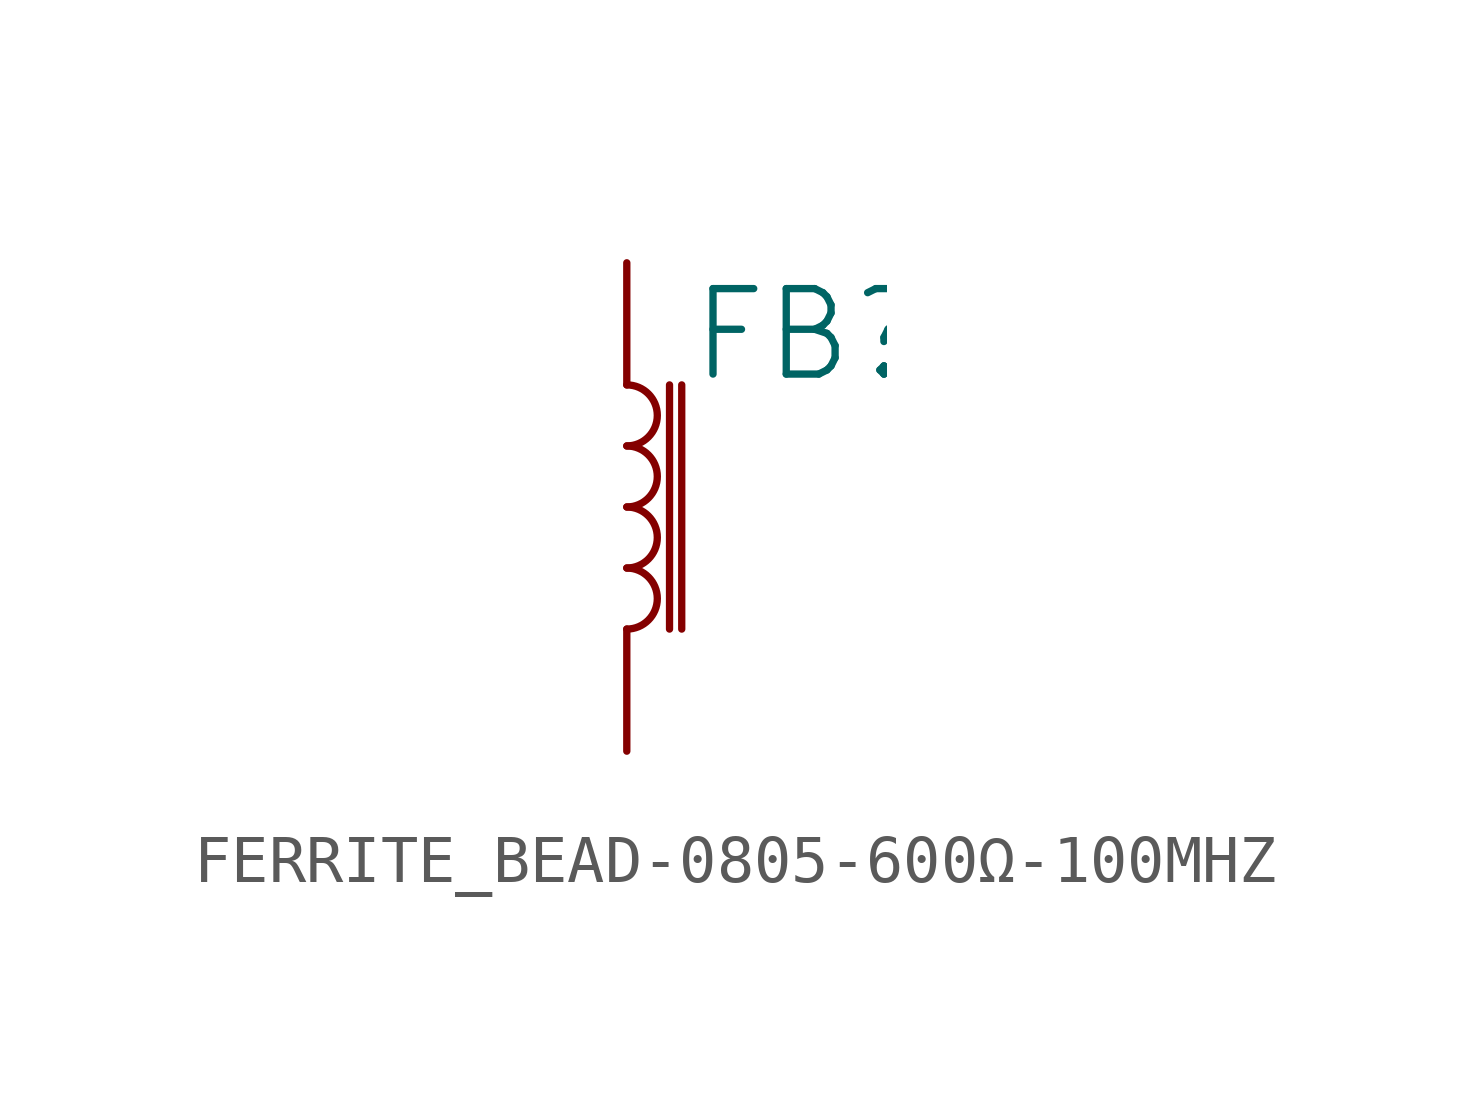
<source format=kicad_sym>
(kicad_symbol_lib
  (version 20220914)
  (generator kicad_symbol_editor)
  (symbol "FERRITE_BEAD-0805-600Ω-100MHZ"
    (property "Reference" "FB"
      (at 1.27 2.54 0)
      (effects (font (size 1.778 1.778)) (justify left bottom)))
    (property "Value" ""
      (at 1.27 -2.54 0)
      (effects (font (size 1.778 1.778)) (justify left top)))
    (property "ki_locked" ""
      (at 0 0 0)
      (effects (font (size 1.27 1.27))))
    (symbol "FERRITE_BEAD-0805-600Ω-100MHZ_1_0"
      (arc (start 0 -2.54) (mid 0.6323 -1.905) (end 0 -1.27) (stroke (width 0.1524) (type solid)) (fill (type none)))
      (arc (start 0 -1.27) (mid 0.6323 -0.635) (end 0 0) (stroke (width 0.1524) (type solid)) (fill (type none)))
      (polyline (pts (xy 0.889 2.54) (xy 0.889 -2.54)) (stroke (width 0.152) (type solid)) (fill (type none)))
      (polyline (pts (xy 1.143 2.54) (xy 1.143 -2.54)) (stroke (width 0.152) (type solid)) (fill (type none)))
      (arc (start 0 0) (mid 0.6323 0.635) (end 0 1.27) (stroke (width 0.1524) (type solid)) (fill (type none)))
      (arc (start 0 1.27) (mid 0.6323 1.905) (end 0 2.54) (stroke (width 0.1524) (type solid)) (fill (type none)))
      (pin passive line (at 0 5.08 270) (length 2.54) (name "1" (effects (font (size 0 0)))) (number "1" (effects (font (size 0 0)))))
      (pin passive line (at 0 -5.08 90) (length 2.54) (name "2" (effects (font (size 0 0)))) (number "2" (effects (font (size 0 0))))))))
</source>
